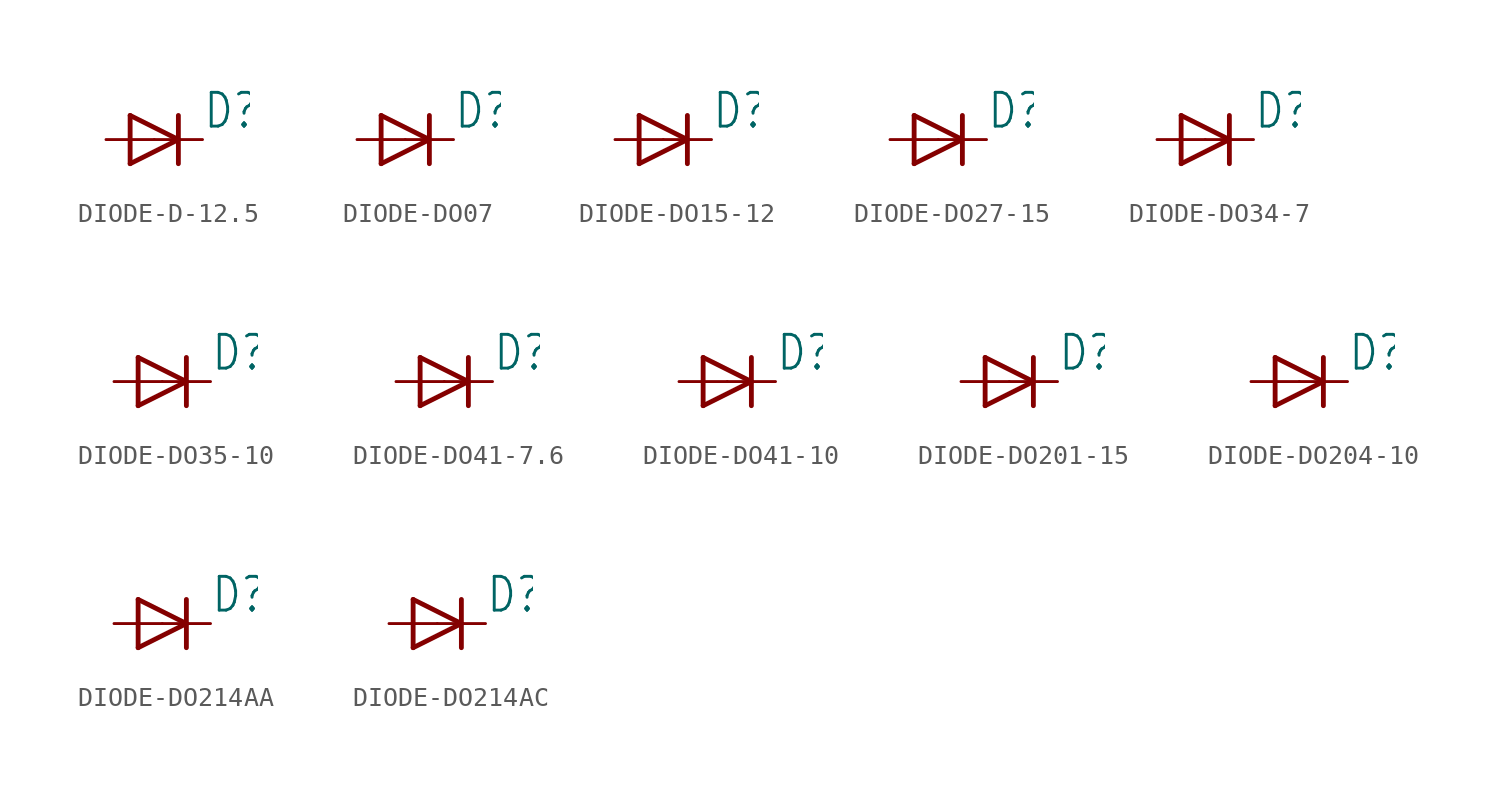
<source format=kicad_sym>
(kicad_symbol_lib
  (version 20220914)
  (generator kicad_symbol_editor)
  (symbol "DIODE-D-12.5"
    (property "Reference" "D"
      (at 2.54 0.483 0)
      (effects (font (size 1.778 1.511)) (justify left bottom)))
    (property "Value" ""
      (at 2.54 -2.311 0)
      (effects (font (size 1.778 1.511)) (justify left bottom)))
    (property "ki_locked" ""
      (at 0 0 0)
      (effects (font (size 1.27 1.27))))
    (symbol "DIODE-D-12.5_1_0"
      (polyline (pts (xy -1.27 -1.27) (xy 1.27 0)) (stroke (width 0.254) (type solid)) (fill (type none)))
      (polyline (pts (xy -1.27 1.27) (xy -1.27 -1.27)) (stroke (width 0.254) (type solid)) (fill (type none)))
      (polyline (pts (xy 1.27 0) (xy -1.27 1.27)) (stroke (width 0.254) (type solid)) (fill (type none)))
      (polyline (pts (xy 1.27 0) (xy 1.27 -1.27)) (stroke (width 0.254) (type solid)) (fill (type none)))
      (polyline (pts (xy 1.27 1.27) (xy 1.27 0)) (stroke (width 0.254) (type solid)) (fill (type none)))
      (pin passive line (at -2.54 0 0) (length 2.54) (name "A" (effects (font (size 0 0)))) (number "A" (effects (font (size 0 0)))))
      (pin passive line (at 2.54 0 180) (length 2.54) (name "C" (effects (font (size 0 0)))) (number "C" (effects (font (size 0 0)))))))
  (symbol "DIODE-DO07"
    (property "Reference" "D"
      (at 2.54 0.483 0)
      (effects (font (size 1.778 1.511)) (justify left bottom)))
    (property "Value" ""
      (at 2.54 -2.311 0)
      (effects (font (size 1.778 1.511)) (justify left bottom)))
    (property "ki_locked" ""
      (at 0 0 0)
      (effects (font (size 1.27 1.27))))
    (symbol "DIODE-DO07_1_0"
      (polyline (pts (xy -1.27 -1.27) (xy 1.27 0)) (stroke (width 0.254) (type solid)) (fill (type none)))
      (polyline (pts (xy -1.27 1.27) (xy -1.27 -1.27)) (stroke (width 0.254) (type solid)) (fill (type none)))
      (polyline (pts (xy 1.27 0) (xy -1.27 1.27)) (stroke (width 0.254) (type solid)) (fill (type none)))
      (polyline (pts (xy 1.27 0) (xy 1.27 -1.27)) (stroke (width 0.254) (type solid)) (fill (type none)))
      (polyline (pts (xy 1.27 1.27) (xy 1.27 0)) (stroke (width 0.254) (type solid)) (fill (type none)))
      (pin passive line (at -2.54 0 0) (length 2.54) (name "A" (effects (font (size 0 0)))) (number "A" (effects (font (size 0 0)))))
      (pin passive line (at 2.54 0 180) (length 2.54) (name "C" (effects (font (size 0 0)))) (number "C" (effects (font (size 0 0)))))))
  (symbol "DIODE-DO15-12"
    (property "Reference" "D"
      (at 2.54 0.483 0)
      (effects (font (size 1.778 1.511)) (justify left bottom)))
    (property "Value" ""
      (at 2.54 -2.311 0)
      (effects (font (size 1.778 1.511)) (justify left bottom)))
    (property "ki_locked" ""
      (at 0 0 0)
      (effects (font (size 1.27 1.27))))
    (symbol "DIODE-DO15-12_1_0"
      (polyline (pts (xy -1.27 -1.27) (xy 1.27 0)) (stroke (width 0.254) (type solid)) (fill (type none)))
      (polyline (pts (xy -1.27 1.27) (xy -1.27 -1.27)) (stroke (width 0.254) (type solid)) (fill (type none)))
      (polyline (pts (xy 1.27 0) (xy -1.27 1.27)) (stroke (width 0.254) (type solid)) (fill (type none)))
      (polyline (pts (xy 1.27 0) (xy 1.27 -1.27)) (stroke (width 0.254) (type solid)) (fill (type none)))
      (polyline (pts (xy 1.27 1.27) (xy 1.27 0)) (stroke (width 0.254) (type solid)) (fill (type none)))
      (pin passive line (at -2.54 0 0) (length 2.54) (name "A" (effects (font (size 0 0)))) (number "A" (effects (font (size 0 0)))))
      (pin passive line (at 2.54 0 180) (length 2.54) (name "C" (effects (font (size 0 0)))) (number "C" (effects (font (size 0 0)))))))
  (symbol "DIODE-DO27-15"
    (property "Reference" "D"
      (at 2.54 0.483 0)
      (effects (font (size 1.778 1.511)) (justify left bottom)))
    (property "Value" ""
      (at 2.54 -2.311 0)
      (effects (font (size 1.778 1.511)) (justify left bottom)))
    (property "ki_locked" ""
      (at 0 0 0)
      (effects (font (size 1.27 1.27))))
    (symbol "DIODE-DO27-15_1_0"
      (polyline (pts (xy -1.27 -1.27) (xy 1.27 0)) (stroke (width 0.254) (type solid)) (fill (type none)))
      (polyline (pts (xy -1.27 1.27) (xy -1.27 -1.27)) (stroke (width 0.254) (type solid)) (fill (type none)))
      (polyline (pts (xy 1.27 0) (xy -1.27 1.27)) (stroke (width 0.254) (type solid)) (fill (type none)))
      (polyline (pts (xy 1.27 0) (xy 1.27 -1.27)) (stroke (width 0.254) (type solid)) (fill (type none)))
      (polyline (pts (xy 1.27 1.27) (xy 1.27 0)) (stroke (width 0.254) (type solid)) (fill (type none)))
      (pin passive line (at -2.54 0 0) (length 2.54) (name "A" (effects (font (size 0 0)))) (number "A" (effects (font (size 0 0)))))
      (pin passive line (at 2.54 0 180) (length 2.54) (name "C" (effects (font (size 0 0)))) (number "C" (effects (font (size 0 0)))))))
  (symbol "DIODE-DO34-7"
    (property "Reference" "D"
      (at 2.54 0.483 0)
      (effects (font (size 1.778 1.511)) (justify left bottom)))
    (property "Value" ""
      (at 2.54 -2.311 0)
      (effects (font (size 1.778 1.511)) (justify left bottom)))
    (property "ki_locked" ""
      (at 0 0 0)
      (effects (font (size 1.27 1.27))))
    (symbol "DIODE-DO34-7_1_0"
      (polyline (pts (xy -1.27 -1.27) (xy 1.27 0)) (stroke (width 0.254) (type solid)) (fill (type none)))
      (polyline (pts (xy -1.27 1.27) (xy -1.27 -1.27)) (stroke (width 0.254) (type solid)) (fill (type none)))
      (polyline (pts (xy 1.27 0) (xy -1.27 1.27)) (stroke (width 0.254) (type solid)) (fill (type none)))
      (polyline (pts (xy 1.27 0) (xy 1.27 -1.27)) (stroke (width 0.254) (type solid)) (fill (type none)))
      (polyline (pts (xy 1.27 1.27) (xy 1.27 0)) (stroke (width 0.254) (type solid)) (fill (type none)))
      (pin passive line (at -2.54 0 0) (length 2.54) (name "A" (effects (font (size 0 0)))) (number "A" (effects (font (size 0 0)))))
      (pin passive line (at 2.54 0 180) (length 2.54) (name "C" (effects (font (size 0 0)))) (number "C" (effects (font (size 0 0)))))))
  (symbol "DIODE-DO35-10"
    (property "Reference" "D"
      (at 2.54 0.483 0)
      (effects (font (size 1.778 1.511)) (justify left bottom)))
    (property "Value" ""
      (at 2.54 -2.311 0)
      (effects (font (size 1.778 1.511)) (justify left bottom)))
    (property "ki_locked" ""
      (at 0 0 0)
      (effects (font (size 1.27 1.27))))
    (symbol "DIODE-DO35-10_1_0"
      (polyline (pts (xy -1.27 -1.27) (xy 1.27 0)) (stroke (width 0.254) (type solid)) (fill (type none)))
      (polyline (pts (xy -1.27 1.27) (xy -1.27 -1.27)) (stroke (width 0.254) (type solid)) (fill (type none)))
      (polyline (pts (xy 1.27 0) (xy -1.27 1.27)) (stroke (width 0.254) (type solid)) (fill (type none)))
      (polyline (pts (xy 1.27 0) (xy 1.27 -1.27)) (stroke (width 0.254) (type solid)) (fill (type none)))
      (polyline (pts (xy 1.27 1.27) (xy 1.27 0)) (stroke (width 0.254) (type solid)) (fill (type none)))
      (pin passive line (at -2.54 0 0) (length 2.54) (name "A" (effects (font (size 0 0)))) (number "A" (effects (font (size 0 0)))))
      (pin passive line (at 2.54 0 180) (length 2.54) (name "C" (effects (font (size 0 0)))) (number "C" (effects (font (size 0 0)))))))
  (symbol "DIODE-DO41-7.6"
    (property "Reference" "D"
      (at 2.54 0.483 0)
      (effects (font (size 1.778 1.511)) (justify left bottom)))
    (property "Value" ""
      (at 2.54 -2.311 0)
      (effects (font (size 1.778 1.511)) (justify left bottom)))
    (property "ki_locked" ""
      (at 0 0 0)
      (effects (font (size 1.27 1.27))))
    (symbol "DIODE-DO41-7.6_1_0"
      (polyline (pts (xy -1.27 -1.27) (xy 1.27 0)) (stroke (width 0.254) (type solid)) (fill (type none)))
      (polyline (pts (xy -1.27 1.27) (xy -1.27 -1.27)) (stroke (width 0.254) (type solid)) (fill (type none)))
      (polyline (pts (xy 1.27 0) (xy -1.27 1.27)) (stroke (width 0.254) (type solid)) (fill (type none)))
      (polyline (pts (xy 1.27 0) (xy 1.27 -1.27)) (stroke (width 0.254) (type solid)) (fill (type none)))
      (polyline (pts (xy 1.27 1.27) (xy 1.27 0)) (stroke (width 0.254) (type solid)) (fill (type none)))
      (pin passive line (at -2.54 0 0) (length 2.54) (name "A" (effects (font (size 0 0)))) (number "A" (effects (font (size 0 0)))))
      (pin passive line (at 2.54 0 180) (length 2.54) (name "C" (effects (font (size 0 0)))) (number "C" (effects (font (size 0 0)))))))
  (symbol "DIODE-DO41-10"
    (property "Reference" "D"
      (at 2.54 0.483 0)
      (effects (font (size 1.778 1.511)) (justify left bottom)))
    (property "Value" ""
      (at 2.54 -2.311 0)
      (effects (font (size 1.778 1.511)) (justify left bottom)))
    (property "ki_locked" ""
      (at 0 0 0)
      (effects (font (size 1.27 1.27))))
    (symbol "DIODE-DO41-10_1_0"
      (polyline (pts (xy -1.27 -1.27) (xy 1.27 0)) (stroke (width 0.254) (type solid)) (fill (type none)))
      (polyline (pts (xy -1.27 1.27) (xy -1.27 -1.27)) (stroke (width 0.254) (type solid)) (fill (type none)))
      (polyline (pts (xy 1.27 0) (xy -1.27 1.27)) (stroke (width 0.254) (type solid)) (fill (type none)))
      (polyline (pts (xy 1.27 0) (xy 1.27 -1.27)) (stroke (width 0.254) (type solid)) (fill (type none)))
      (polyline (pts (xy 1.27 1.27) (xy 1.27 0)) (stroke (width 0.254) (type solid)) (fill (type none)))
      (pin passive line (at -2.54 0 0) (length 2.54) (name "A" (effects (font (size 0 0)))) (number "A" (effects (font (size 0 0)))))
      (pin passive line (at 2.54 0 180) (length 2.54) (name "C" (effects (font (size 0 0)))) (number "C" (effects (font (size 0 0)))))))
  (symbol "DIODE-DO201-15"
    (property "Reference" "D"
      (at 2.54 0.483 0)
      (effects (font (size 1.778 1.511)) (justify left bottom)))
    (property "Value" ""
      (at 2.54 -2.311 0)
      (effects (font (size 1.778 1.511)) (justify left bottom)))
    (property "ki_locked" ""
      (at 0 0 0)
      (effects (font (size 1.27 1.27))))
    (symbol "DIODE-DO201-15_1_0"
      (polyline (pts (xy -1.27 -1.27) (xy 1.27 0)) (stroke (width 0.254) (type solid)) (fill (type none)))
      (polyline (pts (xy -1.27 1.27) (xy -1.27 -1.27)) (stroke (width 0.254) (type solid)) (fill (type none)))
      (polyline (pts (xy 1.27 0) (xy -1.27 1.27)) (stroke (width 0.254) (type solid)) (fill (type none)))
      (polyline (pts (xy 1.27 0) (xy 1.27 -1.27)) (stroke (width 0.254) (type solid)) (fill (type none)))
      (polyline (pts (xy 1.27 1.27) (xy 1.27 0)) (stroke (width 0.254) (type solid)) (fill (type none)))
      (pin passive line (at -2.54 0 0) (length 2.54) (name "A" (effects (font (size 0 0)))) (number "A" (effects (font (size 0 0)))))
      (pin passive line (at 2.54 0 180) (length 2.54) (name "C" (effects (font (size 0 0)))) (number "C" (effects (font (size 0 0)))))))
  (symbol "DIODE-DO204-10"
    (property "Reference" "D"
      (at 2.54 0.483 0)
      (effects (font (size 1.778 1.511)) (justify left bottom)))
    (property "Value" ""
      (at 2.54 -2.311 0)
      (effects (font (size 1.778 1.511)) (justify left bottom)))
    (property "ki_locked" ""
      (at 0 0 0)
      (effects (font (size 1.27 1.27))))
    (symbol "DIODE-DO204-10_1_0"
      (polyline (pts (xy -1.27 -1.27) (xy 1.27 0)) (stroke (width 0.254) (type solid)) (fill (type none)))
      (polyline (pts (xy -1.27 1.27) (xy -1.27 -1.27)) (stroke (width 0.254) (type solid)) (fill (type none)))
      (polyline (pts (xy 1.27 0) (xy -1.27 1.27)) (stroke (width 0.254) (type solid)) (fill (type none)))
      (polyline (pts (xy 1.27 0) (xy 1.27 -1.27)) (stroke (width 0.254) (type solid)) (fill (type none)))
      (polyline (pts (xy 1.27 1.27) (xy 1.27 0)) (stroke (width 0.254) (type solid)) (fill (type none)))
      (pin passive line (at -2.54 0 0) (length 2.54) (name "A" (effects (font (size 0 0)))) (number "A" (effects (font (size 0 0)))))
      (pin passive line (at 2.54 0 180) (length 2.54) (name "C" (effects (font (size 0 0)))) (number "C" (effects (font (size 0 0)))))))
  (symbol "DIODE-DO214AA"
    (property "Reference" "D"
      (at 2.54 0.483 0)
      (effects (font (size 1.778 1.511)) (justify left bottom)))
    (property "Value" ""
      (at 2.54 -2.311 0)
      (effects (font (size 1.778 1.511)) (justify left bottom)))
    (property "ki_locked" ""
      (at 0 0 0)
      (effects (font (size 1.27 1.27))))
    (symbol "DIODE-DO214AA_1_0"
      (polyline (pts (xy -1.27 -1.27) (xy 1.27 0)) (stroke (width 0.254) (type solid)) (fill (type none)))
      (polyline (pts (xy -1.27 1.27) (xy -1.27 -1.27)) (stroke (width 0.254) (type solid)) (fill (type none)))
      (polyline (pts (xy 1.27 0) (xy -1.27 1.27)) (stroke (width 0.254) (type solid)) (fill (type none)))
      (polyline (pts (xy 1.27 0) (xy 1.27 -1.27)) (stroke (width 0.254) (type solid)) (fill (type none)))
      (polyline (pts (xy 1.27 1.27) (xy 1.27 0)) (stroke (width 0.254) (type solid)) (fill (type none)))
      (pin passive line (at -2.54 0 0) (length 2.54) (name "A" (effects (font (size 0 0)))) (number "A" (effects (font (size 0 0)))))
      (pin passive line (at 2.54 0 180) (length 2.54) (name "C" (effects (font (size 0 0)))) (number "C" (effects (font (size 0 0)))))))
  (symbol "DIODE-DO214AC"
    (property "Reference" "D"
      (at 2.54 0.483 0)
      (effects (font (size 1.778 1.511)) (justify left bottom)))
    (property "Value" ""
      (at 2.54 -2.311 0)
      (effects (font (size 1.778 1.511)) (justify left bottom)))
    (property "ki_locked" ""
      (at 0 0 0)
      (effects (font (size 1.27 1.27))))
    (symbol "DIODE-DO214AC_1_0"
      (polyline (pts (xy -1.27 -1.27) (xy 1.27 0)) (stroke (width 0.254) (type solid)) (fill (type none)))
      (polyline (pts (xy -1.27 1.27) (xy -1.27 -1.27)) (stroke (width 0.254) (type solid)) (fill (type none)))
      (polyline (pts (xy 1.27 0) (xy -1.27 1.27)) (stroke (width 0.254) (type solid)) (fill (type none)))
      (polyline (pts (xy 1.27 0) (xy 1.27 -1.27)) (stroke (width 0.254) (type solid)) (fill (type none)))
      (polyline (pts (xy 1.27 1.27) (xy 1.27 0)) (stroke (width 0.254) (type solid)) (fill (type none)))
      (pin passive line (at -2.54 0 0) (length 2.54) (name "A" (effects (font (size 0 0)))) (number "A" (effects (font (size 0 0)))))
      (pin passive line (at 2.54 0 180) (length 2.54) (name "C" (effects (font (size 0 0)))) (number "C" (effects (font (size 0 0))))))))
</source>
